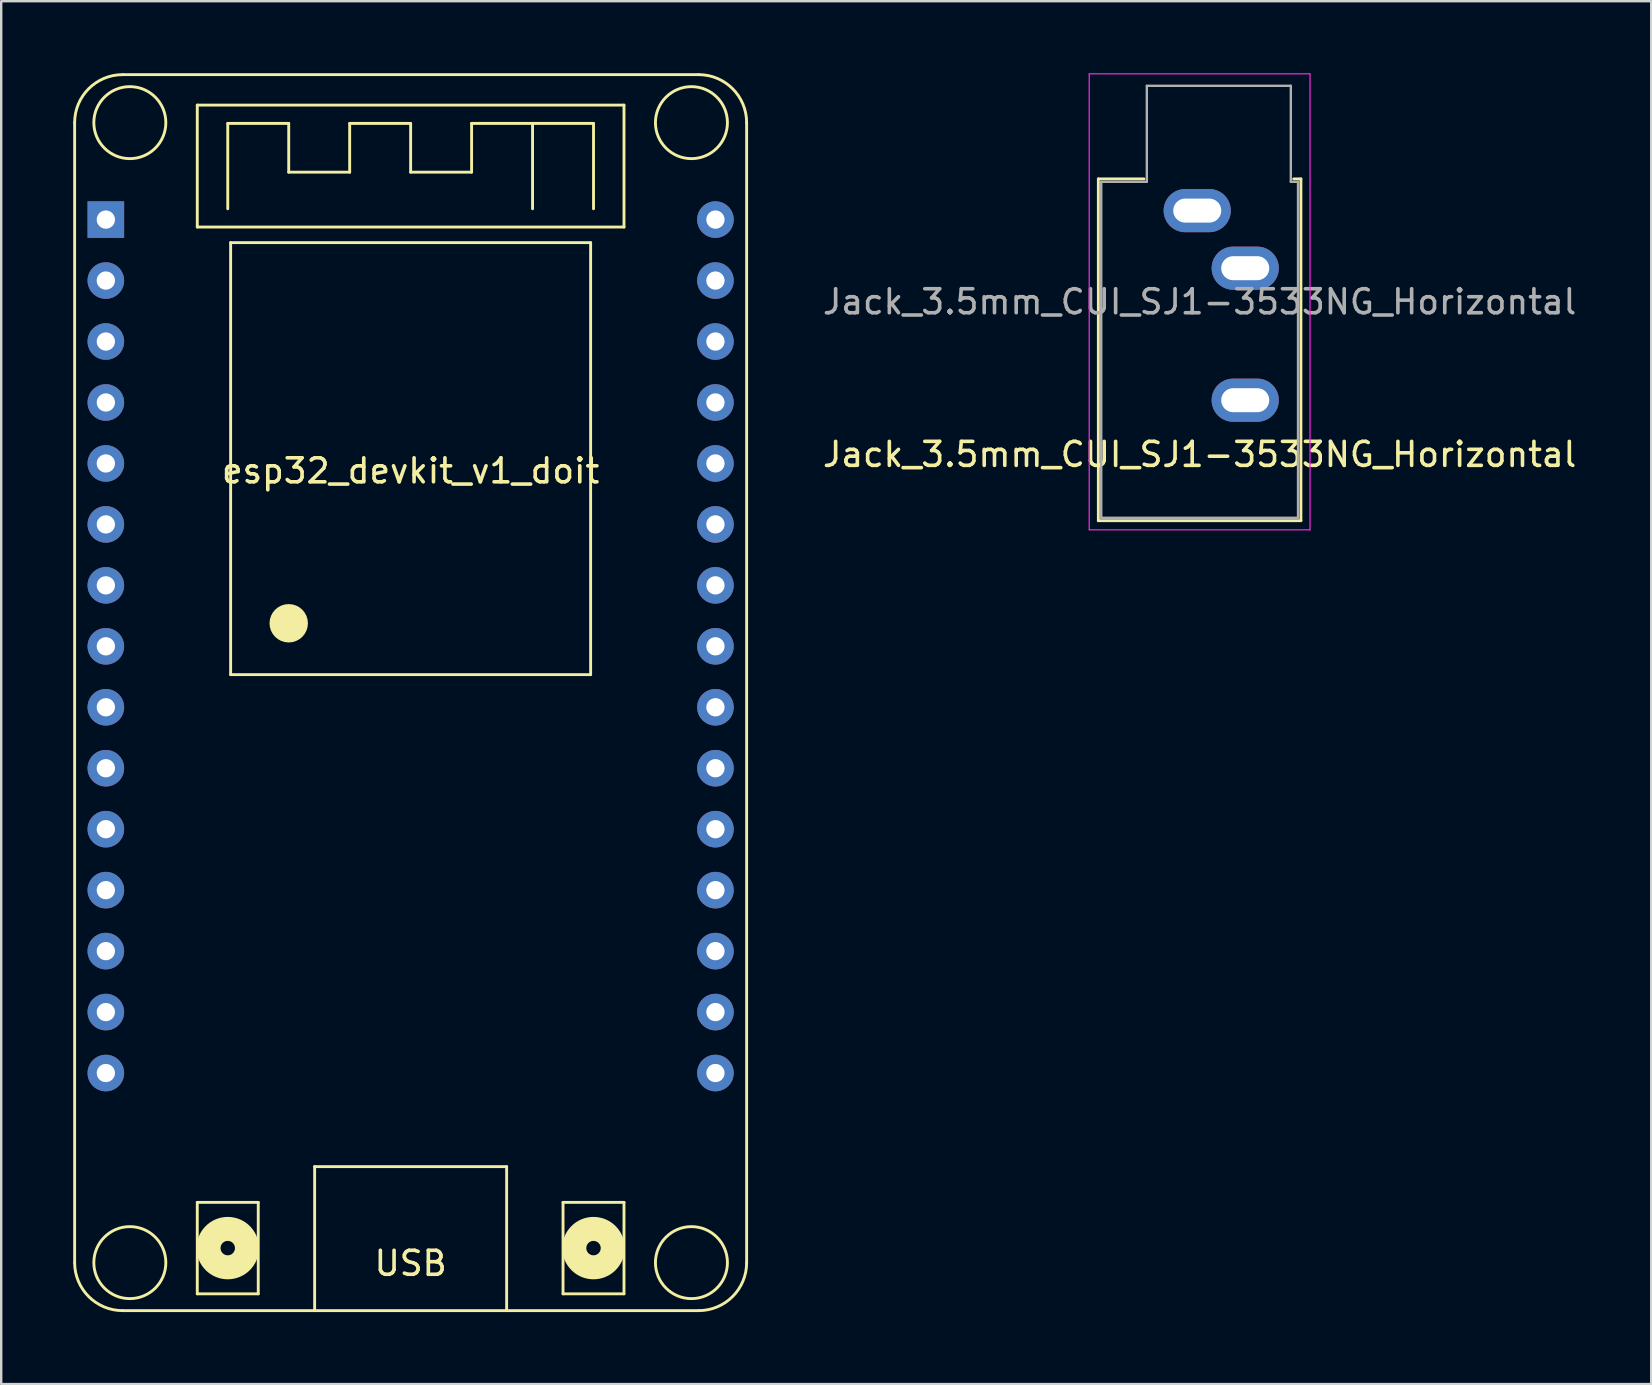
<source format=kicad_pcb>
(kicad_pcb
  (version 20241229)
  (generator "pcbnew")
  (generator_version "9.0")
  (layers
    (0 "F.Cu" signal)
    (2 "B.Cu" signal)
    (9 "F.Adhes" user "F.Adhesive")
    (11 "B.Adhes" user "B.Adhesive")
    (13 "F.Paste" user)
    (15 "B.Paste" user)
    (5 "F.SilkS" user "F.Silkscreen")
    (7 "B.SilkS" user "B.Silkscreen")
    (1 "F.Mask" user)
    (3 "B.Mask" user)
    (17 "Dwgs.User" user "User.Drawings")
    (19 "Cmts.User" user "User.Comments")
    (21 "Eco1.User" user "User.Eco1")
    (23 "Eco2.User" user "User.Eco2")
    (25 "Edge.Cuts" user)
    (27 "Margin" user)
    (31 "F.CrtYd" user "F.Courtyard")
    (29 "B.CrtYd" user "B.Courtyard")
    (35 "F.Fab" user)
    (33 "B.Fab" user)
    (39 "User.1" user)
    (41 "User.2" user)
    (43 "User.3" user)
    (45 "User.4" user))
  (footprint "esp32_devkit_v1_doit"
    (layer "F.Cu")
    (at 14.06 6.1)
    (property "Reference" "esp32_devkit_v1_doit" (at 0 10.47 0) (layer "F.SilkS") (effects (font (size 1 1) (thickness 0.15))))
    (attr smd)
    (fp_line (start -14 -4.04) (end -14 43.46) (stroke (width 0.12) (type solid)) (layer "F.SilkS"))
    (fp_line (start -12 -6.04) (end 12 -6.04) (stroke (width 0.12) (type solid)) (layer "F.SilkS"))
    (fp_line (start -12 45.46) (end 12 45.46) (stroke (width 0.12) (type solid)) (layer "F.SilkS"))
    (fp_line (start -8.89 -4.77) (end 8.89 -4.77) (stroke (width 0.12) (type solid)) (layer "F.SilkS"))
    (fp_line (start -8.89 0.31) (end -8.89 -4.77) (stroke (width 0.12) (type solid)) (layer "F.SilkS"))
    (fp_line (start -8.89 40.95) (end -6.35 40.95) (stroke (width 0.12) (type solid)) (layer "F.SilkS"))
    (fp_line (start -8.89 44.76) (end -8.89 40.95) (stroke (width 0.12) (type solid)) (layer "F.SilkS"))
    (fp_line (start -7.62 -4.008) (end -5.08 -4.008) (stroke (width 0.12) (type solid)) (layer "F.SilkS"))
    (fp_line (start -7.62 -0.452) (end -7.62 -4.008) (stroke (width 0.12) (type solid)) (layer "F.SilkS"))
    (fp_line (start -7.5 0.96) (end 7.5 0.96) (stroke (width 0.12) (type solid)) (layer "F.SilkS"))
    (fp_line (start -7.5 18.96) (end -7.5 0.96) (stroke (width 0.12) (type solid)) (layer "F.SilkS"))
    (fp_line (start -6.35 40.95) (end -6.35 44.76) (stroke (width 0.12) (type solid)) (layer "F.SilkS"))
    (fp_line (start -6.35 44.76) (end -8.89 44.76) (stroke (width 0.12) (type solid)) (layer "F.SilkS"))
    (fp_line (start -5.08 -4.008) (end -5.08 -1.976) (stroke (width 0.12) (type solid)) (layer "F.SilkS"))
    (fp_line (start -5.08 -1.976) (end -2.54 -1.976) (stroke (width 0.12) (type solid)) (layer "F.SilkS"))
    (fp_line (start -4 39.46) (end -4 45.46) (stroke (width 0.12) (type solid)) (layer "F.SilkS"))
    (fp_line (start -4 39.46) (end 4 39.46) (stroke (width 0.12) (type solid)) (layer "F.SilkS"))
    (fp_line (start -2.54 -4.008) (end 0 -4.008) (stroke (width 0.12) (type solid)) (layer "F.SilkS"))
    (fp_line (start -2.54 -1.976) (end -2.54 -4.008) (stroke (width 0.12) (type solid)) (layer "F.SilkS"))
    (fp_line (start 0 -4.008) (end 0 -1.976) (stroke (width 0.12) (type solid)) (layer "F.SilkS"))
    (fp_line (start 0 -1.976) (end 2.54 -1.976) (stroke (width 0.12) (type solid)) (layer "F.SilkS"))
    (fp_line (start 2.54 -4.008) (end 7.62 -4.008) (stroke (width 0.12) (type solid)) (layer "F.SilkS"))
    (fp_line (start 2.54 -1.976) (end 2.54 -4.008) (stroke (width 0.12) (type solid)) (layer "F.SilkS"))
    (fp_line (start 4 39.46) (end 4 45.46) (stroke (width 0.12) (type solid)) (layer "F.SilkS"))
    (fp_line (start 5.08 -4.008) (end 5.08 -0.452) (stroke (width 0.12) (type solid)) (layer "F.SilkS"))
    (fp_line (start 6.35 40.95) (end 8.89 40.95) (stroke (width 0.12) (type solid)) (layer "F.SilkS"))
    (fp_line (start 6.35 44.76) (end 6.35 40.95) (stroke (width 0.12) (type solid)) (layer "F.SilkS"))
    (fp_line (start 7.5 0.96) (end 7.5 18.96) (stroke (width 0.12) (type solid)) (layer "F.SilkS"))
    (fp_line (start 7.5 18.96) (end -7.5 18.96) (stroke (width 0.12) (type solid)) (layer "F.SilkS"))
    (fp_line (start 7.62 -4.008) (end 7.62 -0.452) (stroke (width 0.12) (type solid)) (layer "F.SilkS"))
    (fp_line (start 8.89 -4.77) (end 8.89 0.31) (stroke (width 0.12) (type solid)) (layer "F.SilkS"))
    (fp_line (start 8.89 0.31) (end -8.89 0.31) (stroke (width 0.12) (type solid)) (layer "F.SilkS"))
    (fp_line (start 8.89 40.95) (end 8.89 44.76) (stroke (width 0.12) (type solid)) (layer "F.SilkS"))
    (fp_line (start 8.89 44.76) (end 6.35 44.76) (stroke (width 0.12) (type solid)) (layer "F.SilkS"))
    (fp_line (start 14 43.46) (end 14 -4.04) (stroke (width 0.12) (type solid)) (layer "F.SilkS"))
    (fp_arc (start -14 -4.04) (mid -13.414214 -5.454214) (end -12 -6.04) (stroke (width 0.12) (type solid)) (layer "F.SilkS"))
    (fp_arc (start -12 45.46) (mid -13.414214 44.874214) (end -14 43.46) (stroke (width 0.12) (type solid)) (layer "F.SilkS"))
    (fp_arc (start 12 -6.04) (mid 13.414214 -5.454214) (end 14 -4.04) (stroke (width 0.12) (type solid)) (layer "F.SilkS"))
    (fp_arc (start 14 43.46) (mid 13.414214 44.874214) (end 12 45.46) (stroke (width 0.12) (type solid)) (layer "F.SilkS"))
    (fp_circle (center -11.7 -4.04) (end -10.2 -4.04) (stroke (width 0.12) (type solid)) (fill no) (layer "F.SilkS"))
    (fp_circle (center -11.7 43.46) (end -10.2 43.46) (stroke (width 0.12) (type solid)) (fill no) (layer "F.SilkS"))
    (fp_circle (center -7.62 42.855) (end -7.32 42.855) (stroke (width 1) (type solid)) (fill no) (layer "F.SilkS"))
    (fp_circle (center -5.08 16.82) (end -4.68 16.82) (stroke (width 0.8) (type solid)) (fill no) (layer "F.SilkS"))
    (fp_circle (center 7.62 42.855) (end 7.92 42.855) (stroke (width 1) (type solid)) (fill no) (layer "F.SilkS"))
    (fp_circle (center 11.7 -4.04) (end 13.2 -4.04) (stroke (width 0.12) (type solid)) (fill no) (layer "F.SilkS"))
    (fp_circle (center 11.7 43.46) (end 13.2 43.46) (stroke (width 0.12) (type solid)) (fill no) (layer "F.SilkS"))
    (fp_text user "USB" (at 0 43.49 0) (layer "F.SilkS") (effects (font (size 1 1) (thickness 0.15))))
    (pad "1" thru_hole rect (at -12.7 0) (size 1.524 1.524) (drill 0.762) (layers "*.Cu" "*.Mask"))
    (pad "2" thru_hole circle (at -12.7 2.54) (size 1.524 1.524) (drill 0.762) (layers "*.Cu" "*.Mask"))
    (pad "3" thru_hole circle (at -12.7 5.08) (size 1.524 1.524) (drill 0.762) (layers "*.Cu" "*.Mask"))
    (pad "4" thru_hole circle (at -12.7 7.62) (size 1.524 1.524) (drill 0.762) (layers "*.Cu" "*.Mask"))
    (pad "5" thru_hole circle (at -12.7 10.16) (size 1.524 1.524) (drill 0.762) (layers "*.Cu" "*.Mask"))
    (pad "6" thru_hole circle (at -12.7 12.7) (size 1.524 1.524) (drill 0.762) (layers "*.Cu" "*.Mask"))
    (pad "7" thru_hole circle (at -12.7 15.24) (size 1.524 1.524) (drill 0.762) (layers "*.Cu" "*.Mask"))
    (pad "8" thru_hole circle (at -12.7 17.78) (size 1.524 1.524) (drill 0.762) (layers "*.Cu" "*.Mask"))
    (pad "9" thru_hole circle (at -12.7 20.32) (size 1.524 1.524) (drill 0.762) (layers "*.Cu" "*.Mask"))
    (pad "10" thru_hole circle (at -12.7 22.86) (size 1.524 1.524) (drill 0.762) (layers "*.Cu" "*.Mask"))
    (pad "11" thru_hole circle (at -12.7 25.4) (size 1.524 1.524) (drill 0.762) (layers "*.Cu" "*.Mask"))
    (pad "12" thru_hole circle (at -12.7 27.94) (size 1.524 1.524) (drill 0.762) (layers "*.Cu" "*.Mask"))
    (pad "13" thru_hole circle (at -12.7 30.48) (size 1.524 1.524) (drill 0.762) (layers "*.Cu" "*.Mask"))
    (pad "14" thru_hole circle (at -12.7 33.02) (size 1.524 1.524) (drill 0.762) (layers "*.Cu" "*.Mask"))
    (pad "15" thru_hole circle (at -12.7 35.56) (size 1.524 1.524) (drill 0.762) (layers "*.Cu" "*.Mask"))
    (pad "16" thru_hole circle (at 12.7 35.56) (size 1.524 1.524) (drill 0.762) (layers "*.Cu" "*.Mask"))
    (pad "17" thru_hole circle (at 12.7 33.02) (size 1.524 1.524) (drill 0.762) (layers "*.Cu" "*.Mask"))
    (pad "18" thru_hole circle (at 12.7 30.48) (size 1.524 1.524) (drill 0.762) (layers "*.Cu" "*.Mask"))
    (pad "19" thru_hole circle (at 12.7 27.94) (size 1.524 1.524) (drill 0.762) (layers "*.Cu" "*.Mask"))
    (pad "20" thru_hole circle (at 12.7 25.4) (size 1.524 1.524) (drill 0.762) (layers "*.Cu" "*.Mask"))
    (pad "21" thru_hole circle (at 12.7 22.86) (size 1.524 1.524) (drill 0.762) (layers "*.Cu" "*.Mask"))
    (pad "22" thru_hole circle (at 12.7 20.32) (size 1.524 1.524) (drill 0.762) (layers "*.Cu" "*.Mask"))
    (pad "23" thru_hole circle (at 12.7 17.78) (size 1.524 1.524) (drill 0.762) (layers "*.Cu" "*.Mask"))
    (pad "24" thru_hole circle (at 12.7 15.24) (size 1.524 1.524) (drill 0.762) (layers "*.Cu" "*.Mask"))
    (pad "25" thru_hole circle (at 12.7 12.7) (size 1.524 1.524) (drill 0.762) (layers "*.Cu" "*.Mask"))
    (pad "26" thru_hole circle (at 12.7 10.16) (size 1.524 1.524) (drill 0.762) (layers "*.Cu" "*.Mask"))
    (pad "27" thru_hole circle (at 12.7 7.62) (size 1.524 1.524) (drill 0.762) (layers "*.Cu" "*.Mask"))
    (pad "28" thru_hole circle (at 12.7 5.08) (size 1.524 1.524) (drill 0.762) (layers "*.Cu" "*.Mask"))
    (pad "29" thru_hole circle (at 12.7 2.54) (size 1.524 1.524) (drill 0.762) (layers "*.Cu" "*.Mask"))
    (pad "30" thru_hole circle (at 12.7 0) (size 1.524 1.524) (drill 0.762) (layers "*.Cu" "*.Mask")))
  (footprint "Jack_3.5mm_CUI_SJ1-3533NG_Horizontal"
    (layer "F.Cu")
    (at 46.835 5.725)
    (property "Reference" "Jack_3.5mm_CUI_SJ1-3533NG_Horizontal" (at 0.1 10.16 0) (layer "F.SilkS") (effects (font (size 1 1) (thickness 0.15))))
    (attr through_hole)
    (fp_line (start -4.12 -1.32) (end -2.22 -1.32) (stroke (width 0.12) (type solid)) (layer "F.SilkS"))
    (fp_line (start -4.12 12.92) (end -4.12 -1.32) (stroke (width 0.12) (type solid)) (layer "F.SilkS"))
    (fp_line (start 4.02 -1.32) (end 4.32 -1.32) (stroke (width 0.12) (type solid)) (layer "F.SilkS"))
    (fp_line (start 4.32 -1.32) (end 4.32 12.92) (stroke (width 0.12) (type solid)) (layer "F.SilkS"))
    (fp_line (start 4.32 12.92) (end -4.12 12.92) (stroke (width 0.12) (type solid)) (layer "F.SilkS"))
    (fp_line (start -4.5 -5.7) (end -4.5 13.3) (stroke (width 0.05) (type solid)) (layer "F.CrtYd"))
    (fp_line (start -4.5 13.3) (end 4.7 13.3) (stroke (width 0.05) (type solid)) (layer "F.CrtYd"))
    (fp_line (start 4.7 -5.7) (end -4.5 -5.7) (stroke (width 0.05) (type solid)) (layer "F.CrtYd"))
    (fp_line (start 4.7 13.3) (end 4.7 -5.7) (stroke (width 0.05) (type solid)) (layer "F.CrtYd"))
    (fp_line (start -4 -1.2) (end -2.1 -1.2) (stroke (width 0.1) (type solid)) (layer "F.Fab"))
    (fp_line (start -4 12.8) (end -4 -1.2) (stroke (width 0.1) (type solid)) (layer "F.Fab"))
    (fp_line (start -2.1 -5.2) (end 3.9 -5.2) (stroke (width 0.1) (type solid)) (layer "F.Fab"))
    (fp_line (start -2.1 -1.2) (end -2.1 -5.2) (stroke (width 0.1) (type solid)) (layer "F.Fab"))
    (fp_line (start 3.9 -5.2) (end 3.9 -1.2) (stroke (width 0.1) (type solid)) (layer "F.Fab"))
    (fp_line (start 3.9 -1.2) (end 4.2 -1.2) (stroke (width 0.1) (type solid)) (layer "F.Fab"))
    (fp_line (start 4.2 -1.2) (end 4.2 12.8) (stroke (width 0.1) (type solid)) (layer "F.Fab"))
    (fp_line (start 4.2 12.8) (end -4 12.8) (stroke (width 0.1) (type solid)) (layer "F.Fab"))
    (fp_text user "${REFERENCE}" (at 0.1 3.8 0) (layer "F.Fab") (effects (font (size 1 1) (thickness 0.15))))
    (pad "R" thru_hole oval (at 2 7.9) (size 2.8 1.8) (drill oval 2 1) (layers "*.Cu" "*.Mask"))
    (pad "S" thru_hole oval (at 0 0) (size 2.8 1.8) (drill oval 2 1) (layers "*.Cu" "*.Mask"))
    (pad "T" thru_hole oval (at 2 2.4) (size 2.8 1.8) (drill oval 2 1) (layers "*.Cu" "*.Mask")))
  (gr_rect
    (start -3 -3)
    (end 65.751 54.62)
    (stroke (width 0.1) (type default))
    (fill no)
    (layer "Edge.Cuts")))
</source>
